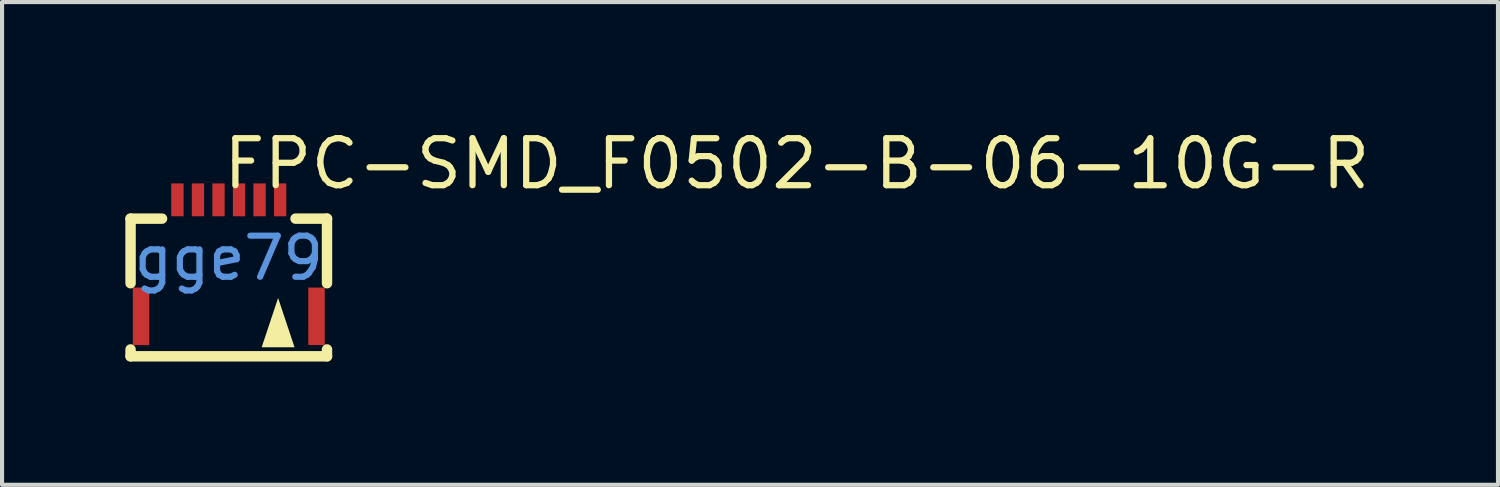
<source format=kicad_pcb>
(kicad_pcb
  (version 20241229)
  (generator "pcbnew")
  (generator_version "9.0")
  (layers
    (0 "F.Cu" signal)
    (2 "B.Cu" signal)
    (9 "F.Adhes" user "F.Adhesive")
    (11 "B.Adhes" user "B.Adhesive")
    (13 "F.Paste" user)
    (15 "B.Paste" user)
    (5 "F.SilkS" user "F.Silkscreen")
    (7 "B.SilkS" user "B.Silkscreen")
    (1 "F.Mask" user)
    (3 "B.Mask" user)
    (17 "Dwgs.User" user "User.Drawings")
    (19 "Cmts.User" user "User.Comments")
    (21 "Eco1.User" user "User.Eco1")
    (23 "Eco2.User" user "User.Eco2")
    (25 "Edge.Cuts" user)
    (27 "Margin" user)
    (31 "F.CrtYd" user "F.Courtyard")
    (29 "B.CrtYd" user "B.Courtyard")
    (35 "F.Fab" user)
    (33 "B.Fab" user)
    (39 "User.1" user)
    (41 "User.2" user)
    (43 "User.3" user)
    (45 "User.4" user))
  (footprint "FPC-SMD_F0502-B-06-10G-R"
    (layer "F.Cu")
    (at 2.517 3.23)
    (property "Reference" "FPC-SMD_F0502-B-06-10G-R" (at -0.211 -2.295 0) (layer "F.SilkS") (effects (font (size 1.143 1.143) (thickness 0.152)) (justify left)))
    (attr smd)
    (fp_line (start -2.39 -0.96) (end -2.39 0.612) (stroke (width 0.254) (type solid)) (layer "F.SilkS"))
    (fp_line (start -2.39 2.39) (end -2.39 2.223) (stroke (width 0.254) (type solid)) (layer "F.SilkS"))
    (fp_line (start -1.624 -0.96) (end -2.39 -0.96) (stroke (width 0.254) (type solid)) (layer "F.SilkS"))
    (fp_line (start 2.39 -0.96) (end 1.624 -0.96) (stroke (width 0.254) (type solid)) (layer "F.SilkS"))
    (fp_line (start 2.39 -0.96) (end 2.39 0.612) (stroke (width 0.254) (type solid)) (layer "F.SilkS"))
    (fp_line (start 2.39 2.223) (end 2.39 2.39) (stroke (width 0.254) (type solid)) (layer "F.SilkS"))
    (fp_line (start 2.39 2.39) (end -2.39 2.39) (stroke (width 0.254) (type solid)) (layer "F.SilkS"))
    (fp_poly (pts (xy 0.8 2.17) (xy 1.6 2.17) (xy 1.2 0.97)) (stroke (width 0) (type solid)) (fill yes) (layer "F.SilkS"))
    (fp_text user "gge79" (at 0 0 0) (layer "Cmts.User") (effects (font (size 1 1) (thickness 0.15))))
    (pad "1" smd rect (at 1.25 -1.417) (size 0.3 0.8) (layers "F.Cu" "F.Mask" "F.Paste"))
    (pad "2" smd rect (at 0.75 -1.417) (size 0.3 0.8) (layers "F.Cu" "F.Mask" "F.Paste"))
    (pad "3" smd rect (at 0.25 -1.417) (size 0.3 0.8) (layers "F.Cu" "F.Mask" "F.Paste"))
    (pad "4" smd rect (at -0.25 -1.417) (size 0.3 0.8) (layers "F.Cu" "F.Mask" "F.Paste"))
    (pad "5" smd rect (at -0.75 -1.417) (size 0.3 0.8) (layers "F.Cu" "F.Mask" "F.Paste"))
    (pad "6" smd rect (at -1.25 -1.417) (size 0.3 0.8) (layers "F.Cu" "F.Mask" "F.Paste"))
    (pad "7" smd rect (at -2.135 1.417) (size 0.4 1.4) (layers "F.Cu" "F.Mask" "F.Paste"))
    (pad "8" smd rect (at 2.135 1.417) (size 0.4 1.4) (layers "F.Cu" "F.Mask" "F.Paste")))
  (gr_rect
    (start -3 -3)
    (end 33.401 8.747)
    (stroke (width 0.1) (type default))
    (fill no)
    (layer "Edge.Cuts")))
</source>
